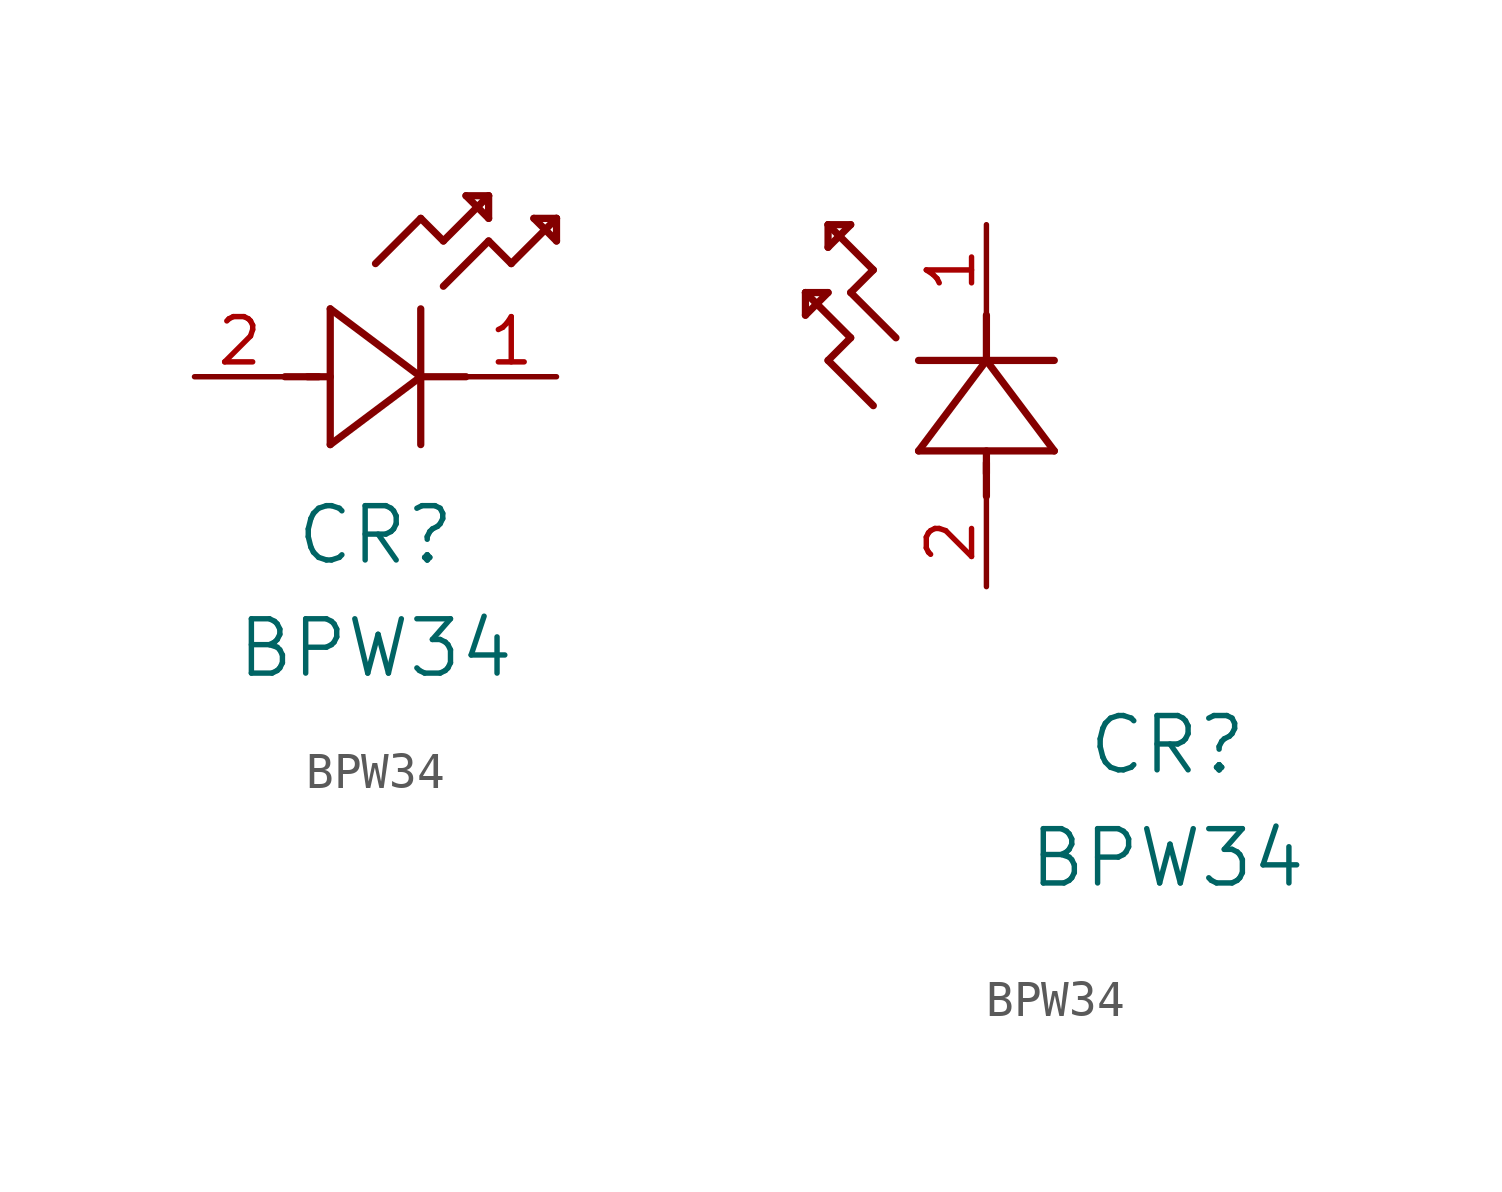
<source format=kicad_sym>
(kicad_symbol_lib
  (version 20211014)
  (generator kicad_symbol_editor)
  (symbol "BPW34"
    (pin_names
      (offset 0.254))
    (property "Reference" "CR"
      (at 5.08 -4.445 0)
      (effects (font (size 1.524 1.524))))
    (property "Value" "BPW34"
      (at 5.08 -7.62 0)
      (effects (font (size 1.524 1.524))))
    (symbol "BPW34_1_1"
      (polyline (pts (xy 2.54 0) (xy 3.48 0)) (stroke (width 0.203) (type default) (color 0 0 0 0)) (fill (type none)))
      (polyline (pts (xy 3.81 1.905) (xy 3.81 -1.905)) (stroke (width 0.203) (type default) (color 0 0 0 0)) (fill (type none)))
      (polyline (pts (xy 3.175 0) (xy 3.81 0)) (stroke (width 0.203) (type default) (color 0 0 0 0)) (fill (type none)))
      (polyline (pts (xy 6.35 -1.905) (xy 6.35 1.905)) (stroke (width 0.203) (type default) (color 0 0 0 0)) (fill (type none)))
      (polyline (pts (xy 6.35 0) (xy 7.62 0)) (stroke (width 0.203) (type default) (color 0 0 0 0)) (fill (type none)))
      (polyline (pts (xy 6.35 4.445) (xy 6.985 3.81)) (stroke (width 0.203) (type default) (color 0 0 0 0)) (fill (type none)))
      (polyline (pts (xy 6.985 3.81) (xy 8.255 5.08)) (stroke (width 0.203) (type default) (color 0 0 0 0)) (fill (type none)))
      (polyline (pts (xy 8.255 3.81) (xy 8.89 3.175)) (stroke (width 0.203) (type default) (color 0 0 0 0)) (fill (type none)))
      (polyline (pts (xy 8.89 3.175) (xy 10.16 4.445)) (stroke (width 0.203) (type default) (color 0 0 0 0)) (fill (type none)))
      (polyline (pts (xy 8.255 5.08) (xy 7.62 5.08)) (stroke (width 0.203) (type default) (color 0 0 0 0)) (fill (type none)))
      (polyline (pts (xy 7.62 5.08) (xy 8.255 4.445)) (stroke (width 0.203) (type default) (color 0 0 0 0)) (fill (type none)))
      (polyline (pts (xy 8.255 4.445) (xy 8.255 5.08)) (stroke (width 0.203) (type default) (color 0 0 0 0)) (fill (type none)))
      (polyline (pts (xy 10.16 4.445) (xy 9.525 4.445)) (stroke (width 0.203) (type default) (color 0 0 0 0)) (fill (type none)))
      (polyline (pts (xy 9.525 4.445) (xy 10.16 3.81)) (stroke (width 0.203) (type default) (color 0 0 0 0)) (fill (type none)))
      (polyline (pts (xy 10.16 3.81) (xy 10.16 4.445)) (stroke (width 0.203) (type default) (color 0 0 0 0)) (fill (type none)))
      (polyline (pts (xy 6.985 2.54) (xy 8.255 3.81)) (stroke (width 0.203) (type default) (color 0 0 0 0)) (fill (type none)))
      (polyline (pts (xy 6.35 0) (xy 3.81 1.905)) (stroke (width 0.203) (type default) (color 0 0 0 0)) (fill (type none)))
      (polyline (pts (xy 3.81 -1.905) (xy 6.35 0)) (stroke (width 0.203) (type default) (color 0 0 0 0)) (fill (type none)))
      (polyline (pts (xy 5.08 3.175) (xy 6.35 4.445)) (stroke (width 0.203) (type default) (color 0 0 0 0)) (fill (type none)))
      (pin unspecified line (at 10.16 0 180) (length 2.54) (name "" (effects (font (size 1.27 1.27)))) (number "1" (effects (font (size 1.27 1.27)))))
      (pin unspecified line (at 0 0 0) (length 2.54) (name "" (effects (font (size 1.27 1.27)))) (number "2" (effects (font (size 1.27 1.27))))))
    (symbol "BPW34_1_2"
      (polyline (pts (xy 0 2.54) (xy 0 3.48)) (stroke (width 0.203) (type default) (color 0 0 0 0)) (fill (type none)))
      (polyline (pts (xy -1.905 3.81) (xy 1.905 3.81)) (stroke (width 0.203) (type default) (color 0 0 0 0)) (fill (type none)))
      (polyline (pts (xy 0 3.175) (xy 0 3.81)) (stroke (width 0.203) (type default) (color 0 0 0 0)) (fill (type none)))
      (polyline (pts (xy 1.905 6.35) (xy -1.905 6.35)) (stroke (width 0.203) (type default) (color 0 0 0 0)) (fill (type none)))
      (polyline (pts (xy 0 6.35) (xy 0 7.62)) (stroke (width 0.203) (type default) (color 0 0 0 0)) (fill (type none)))
      (polyline (pts (xy 0 6.35) (xy -1.905 3.81)) (stroke (width 0.203) (type default) (color 0 0 0 0)) (fill (type none)))
      (polyline (pts (xy 1.905 3.81) (xy 0 6.35)) (stroke (width 0.203) (type default) (color 0 0 0 0)) (fill (type none)))
      (polyline (pts (xy -4.445 6.35) (xy -3.81 6.985)) (stroke (width 0.203) (type default) (color 0 0 0 0)) (fill (type none)))
      (polyline (pts (xy -2.54 6.985) (xy -3.81 8.255)) (stroke (width 0.203) (type default) (color 0 0 0 0)) (fill (type none)))
      (polyline (pts (xy -3.175 5.08) (xy -4.445 6.35)) (stroke (width 0.203) (type default) (color 0 0 0 0)) (fill (type none)))
      (polyline (pts (xy -4.445 10.16) (xy -4.445 9.525)) (stroke (width 0.203) (type default) (color 0 0 0 0)) (fill (type none)))
      (polyline (pts (xy -4.445 9.525) (xy -3.81 10.16)) (stroke (width 0.203) (type default) (color 0 0 0 0)) (fill (type none)))
      (polyline (pts (xy -3.81 10.16) (xy -4.445 10.16)) (stroke (width 0.203) (type default) (color 0 0 0 0)) (fill (type none)))
      (polyline (pts (xy -3.81 8.255) (xy -3.175 8.89)) (stroke (width 0.203) (type default) (color 0 0 0 0)) (fill (type none)))
      (polyline (pts (xy -3.175 8.89) (xy -4.445 10.16)) (stroke (width 0.203) (type default) (color 0 0 0 0)) (fill (type none)))
      (polyline (pts (xy -3.81 6.985) (xy -5.08 8.255)) (stroke (width 0.203) (type default) (color 0 0 0 0)) (fill (type none)))
      (polyline (pts (xy -5.08 8.255) (xy -5.08 7.62)) (stroke (width 0.203) (type default) (color 0 0 0 0)) (fill (type none)))
      (polyline (pts (xy -5.08 7.62) (xy -4.445 8.255)) (stroke (width 0.203) (type default) (color 0 0 0 0)) (fill (type none)))
      (polyline (pts (xy -4.445 8.255) (xy -5.08 8.255)) (stroke (width 0.203) (type default) (color 0 0 0 0)) (fill (type none)))
      (pin unspecified line (at 0 10.16 270) (length 2.54) (name "" (effects (font (size 1.27 1.27)))) (number "1" (effects (font (size 1.27 1.27)))))
      (pin unspecified line (at 0 0 90) (length 2.54) (name "" (effects (font (size 1.27 1.27)))) (number "2" (effects (font (size 1.27 1.27))))))))
</source>
